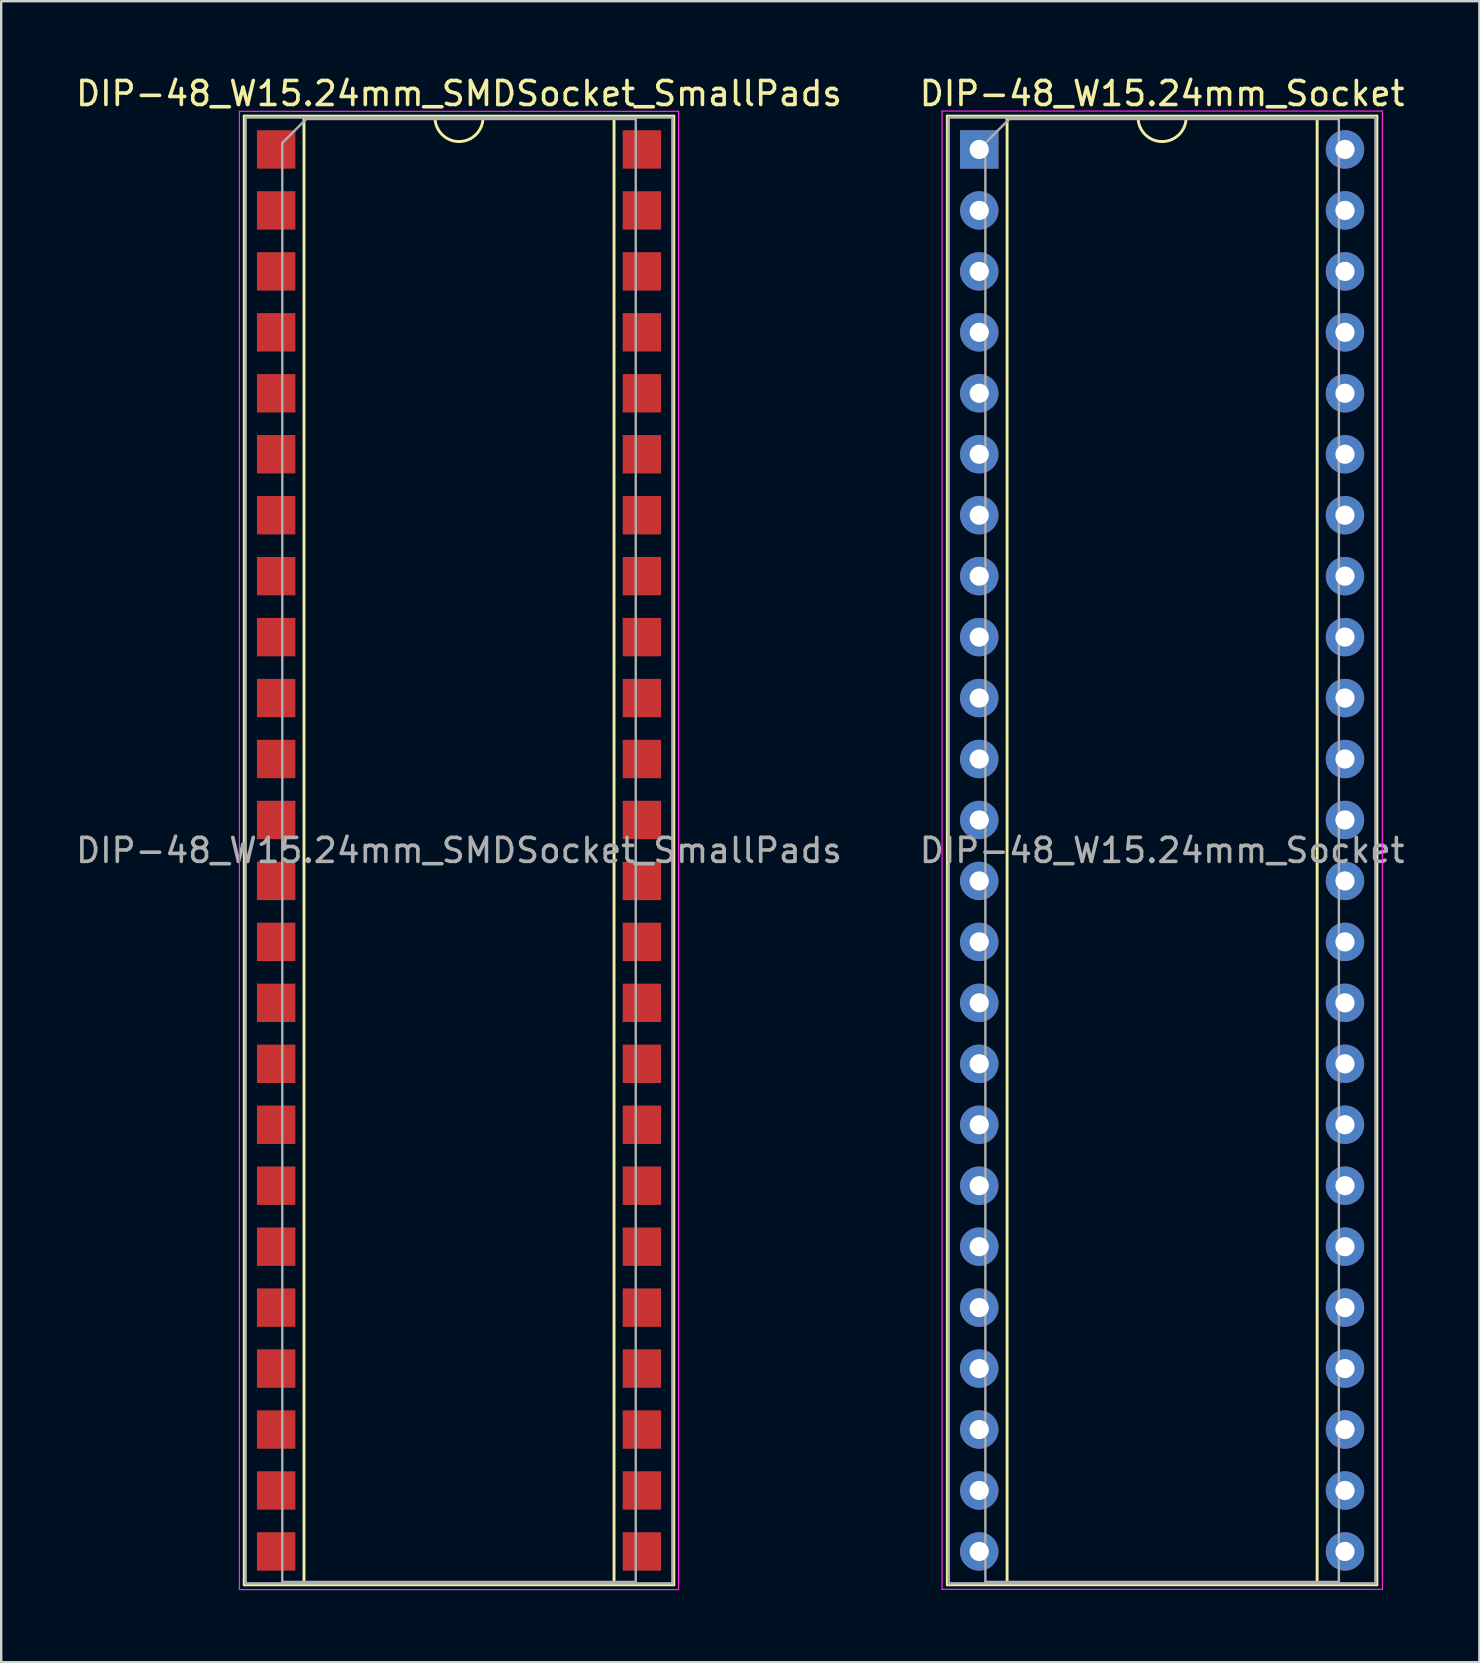
<source format=kicad_pcb>
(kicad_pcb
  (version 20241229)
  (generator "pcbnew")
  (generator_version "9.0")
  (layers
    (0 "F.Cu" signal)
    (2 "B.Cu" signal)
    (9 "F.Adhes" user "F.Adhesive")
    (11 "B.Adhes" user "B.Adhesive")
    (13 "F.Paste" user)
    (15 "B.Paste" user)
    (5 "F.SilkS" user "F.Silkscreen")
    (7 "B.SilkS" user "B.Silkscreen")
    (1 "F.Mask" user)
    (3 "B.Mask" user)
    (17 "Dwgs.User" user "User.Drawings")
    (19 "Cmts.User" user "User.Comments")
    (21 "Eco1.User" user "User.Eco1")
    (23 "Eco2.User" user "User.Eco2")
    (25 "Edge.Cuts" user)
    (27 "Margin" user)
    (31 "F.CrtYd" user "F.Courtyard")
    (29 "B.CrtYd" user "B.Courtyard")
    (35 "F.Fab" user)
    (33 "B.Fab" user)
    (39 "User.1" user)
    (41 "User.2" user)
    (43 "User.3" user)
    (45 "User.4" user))
  (footprint "DIP-48_W15.24mm_Socket"
    (layer "F.Cu")
    (at 37.755 3.178)
    (property "Reference" "DIP-48_W15.24mm_Socket" (at 7.62 -2.33 0) (layer "F.SilkS") (effects (font (size 1 1) (thickness 0.15))))
    (attr through_hole)
    (fp_line (start -1.33 -1.39) (end -1.33 59.81) (stroke (width 0.12) (type solid)) (layer "F.SilkS"))
    (fp_line (start -1.33 59.81) (end 16.57 59.81) (stroke (width 0.12) (type solid)) (layer "F.SilkS"))
    (fp_line (start 1.16 -1.33) (end 1.16 59.75) (stroke (width 0.12) (type solid)) (layer "F.SilkS"))
    (fp_line (start 1.16 59.75) (end 14.08 59.75) (stroke (width 0.12) (type solid)) (layer "F.SilkS"))
    (fp_line (start 6.62 -1.33) (end 1.16 -1.33) (stroke (width 0.12) (type solid)) (layer "F.SilkS"))
    (fp_line (start 14.08 -1.33) (end 8.62 -1.33) (stroke (width 0.12) (type solid)) (layer "F.SilkS"))
    (fp_line (start 14.08 59.75) (end 14.08 -1.33) (stroke (width 0.12) (type solid)) (layer "F.SilkS"))
    (fp_line (start 16.57 -1.39) (end -1.33 -1.39) (stroke (width 0.12) (type solid)) (layer "F.SilkS"))
    (fp_line (start 16.57 59.81) (end 16.57 -1.39) (stroke (width 0.12) (type solid)) (layer "F.SilkS"))
    (fp_arc (start 8.62 -1.33) (mid 7.62 -0.33) (end 6.62 -1.33) (stroke (width 0.12) (type solid)) (layer "F.SilkS"))
    (fp_line (start -1.55 -1.6) (end -1.55 60) (stroke (width 0.05) (type solid)) (layer "F.CrtYd"))
    (fp_line (start -1.55 60) (end 16.8 60) (stroke (width 0.05) (type solid)) (layer "F.CrtYd"))
    (fp_line (start 16.8 -1.6) (end -1.55 -1.6) (stroke (width 0.05) (type solid)) (layer "F.CrtYd"))
    (fp_line (start 16.8 60) (end 16.8 -1.6) (stroke (width 0.05) (type solid)) (layer "F.CrtYd"))
    (fp_line (start -1.27 -1.33) (end -1.27 59.75) (stroke (width 0.1) (type solid)) (layer "F.Fab"))
    (fp_line (start -1.27 59.75) (end 16.51 59.75) (stroke (width 0.1) (type solid)) (layer "F.Fab"))
    (fp_line (start 0.255 -0.27) (end 1.255 -1.27) (stroke (width 0.1) (type solid)) (layer "F.Fab"))
    (fp_line (start 0.255 59.69) (end 0.255 -0.27) (stroke (width 0.1) (type solid)) (layer "F.Fab"))
    (fp_line (start 1.255 -1.27) (end 14.985 -1.27) (stroke (width 0.1) (type solid)) (layer "F.Fab"))
    (fp_line (start 14.985 -1.27) (end 14.985 59.69) (stroke (width 0.1) (type solid)) (layer "F.Fab"))
    (fp_line (start 14.985 59.69) (end 0.255 59.69) (stroke (width 0.1) (type solid)) (layer "F.Fab"))
    (fp_line (start 16.51 -1.33) (end -1.27 -1.33) (stroke (width 0.1) (type solid)) (layer "F.Fab"))
    (fp_line (start 16.51 59.75) (end 16.51 -1.33) (stroke (width 0.1) (type solid)) (layer "F.Fab"))
    (fp_text user "${REFERENCE}" (at 7.62 29.21 0) (layer "F.Fab") (effects (font (size 1 1) (thickness 0.15))))
    (pad "1" thru_hole rect (at 0 0) (size 1.6 1.6) (drill 0.8) (layers "*.Cu" "*.Mask"))
    (pad "2" thru_hole oval (at 0 2.54) (size 1.6 1.6) (drill 0.8) (layers "*.Cu" "*.Mask"))
    (pad "3" thru_hole oval (at 0 5.08) (size 1.6 1.6) (drill 0.8) (layers "*.Cu" "*.Mask"))
    (pad "4" thru_hole oval (at 0 7.62) (size 1.6 1.6) (drill 0.8) (layers "*.Cu" "*.Mask"))
    (pad "5" thru_hole oval (at 0 10.16) (size 1.6 1.6) (drill 0.8) (layers "*.Cu" "*.Mask"))
    (pad "6" thru_hole oval (at 0 12.7) (size 1.6 1.6) (drill 0.8) (layers "*.Cu" "*.Mask"))
    (pad "7" thru_hole oval (at 0 15.24) (size 1.6 1.6) (drill 0.8) (layers "*.Cu" "*.Mask"))
    (pad "8" thru_hole oval (at 0 17.78) (size 1.6 1.6) (drill 0.8) (layers "*.Cu" "*.Mask"))
    (pad "9" thru_hole oval (at 0 20.32) (size 1.6 1.6) (drill 0.8) (layers "*.Cu" "*.Mask"))
    (pad "10" thru_hole oval (at 0 22.86) (size 1.6 1.6) (drill 0.8) (layers "*.Cu" "*.Mask"))
    (pad "11" thru_hole oval (at 0 25.4) (size 1.6 1.6) (drill 0.8) (layers "*.Cu" "*.Mask"))
    (pad "12" thru_hole oval (at 0 27.94) (size 1.6 1.6) (drill 0.8) (layers "*.Cu" "*.Mask"))
    (pad "13" thru_hole oval (at 0 30.48) (size 1.6 1.6) (drill 0.8) (layers "*.Cu" "*.Mask"))
    (pad "14" thru_hole oval (at 0 33.02) (size 1.6 1.6) (drill 0.8) (layers "*.Cu" "*.Mask"))
    (pad "15" thru_hole oval (at 0 35.56) (size 1.6 1.6) (drill 0.8) (layers "*.Cu" "*.Mask"))
    (pad "16" thru_hole oval (at 0 38.1) (size 1.6 1.6) (drill 0.8) (layers "*.Cu" "*.Mask"))
    (pad "17" thru_hole oval (at 0 40.64) (size 1.6 1.6) (drill 0.8) (layers "*.Cu" "*.Mask"))
    (pad "18" thru_hole oval (at 0 43.18) (size 1.6 1.6) (drill 0.8) (layers "*.Cu" "*.Mask"))
    (pad "19" thru_hole oval (at 0 45.72) (size 1.6 1.6) (drill 0.8) (layers "*.Cu" "*.Mask"))
    (pad "20" thru_hole oval (at 0 48.26) (size 1.6 1.6) (drill 0.8) (layers "*.Cu" "*.Mask"))
    (pad "21" thru_hole oval (at 0 50.8) (size 1.6 1.6) (drill 0.8) (layers "*.Cu" "*.Mask"))
    (pad "22" thru_hole oval (at 0 53.34) (size 1.6 1.6) (drill 0.8) (layers "*.Cu" "*.Mask"))
    (pad "23" thru_hole oval (at 0 55.88) (size 1.6 1.6) (drill 0.8) (layers "*.Cu" "*.Mask"))
    (pad "24" thru_hole oval (at 0 58.42) (size 1.6 1.6) (drill 0.8) (layers "*.Cu" "*.Mask"))
    (pad "25" thru_hole oval (at 15.24 58.42) (size 1.6 1.6) (drill 0.8) (layers "*.Cu" "*.Mask"))
    (pad "26" thru_hole oval (at 15.24 55.88) (size 1.6 1.6) (drill 0.8) (layers "*.Cu" "*.Mask"))
    (pad "27" thru_hole oval (at 15.24 53.34) (size 1.6 1.6) (drill 0.8) (layers "*.Cu" "*.Mask"))
    (pad "28" thru_hole oval (at 15.24 50.8) (size 1.6 1.6) (drill 0.8) (layers "*.Cu" "*.Mask"))
    (pad "29" thru_hole oval (at 15.24 48.26) (size 1.6 1.6) (drill 0.8) (layers "*.Cu" "*.Mask"))
    (pad "30" thru_hole oval (at 15.24 45.72) (size 1.6 1.6) (drill 0.8) (layers "*.Cu" "*.Mask"))
    (pad "31" thru_hole oval (at 15.24 43.18) (size 1.6 1.6) (drill 0.8) (layers "*.Cu" "*.Mask"))
    (pad "32" thru_hole oval (at 15.24 40.64) (size 1.6 1.6) (drill 0.8) (layers "*.Cu" "*.Mask"))
    (pad "33" thru_hole oval (at 15.24 38.1) (size 1.6 1.6) (drill 0.8) (layers "*.Cu" "*.Mask"))
    (pad "34" thru_hole oval (at 15.24 35.56) (size 1.6 1.6) (drill 0.8) (layers "*.Cu" "*.Mask"))
    (pad "35" thru_hole oval (at 15.24 33.02) (size 1.6 1.6) (drill 0.8) (layers "*.Cu" "*.Mask"))
    (pad "36" thru_hole oval (at 15.24 30.48) (size 1.6 1.6) (drill 0.8) (layers "*.Cu" "*.Mask"))
    (pad "37" thru_hole oval (at 15.24 27.94) (size 1.6 1.6) (drill 0.8) (layers "*.Cu" "*.Mask"))
    (pad "38" thru_hole oval (at 15.24 25.4) (size 1.6 1.6) (drill 0.8) (layers "*.Cu" "*.Mask"))
    (pad "39" thru_hole oval (at 15.24 22.86) (size 1.6 1.6) (drill 0.8) (layers "*.Cu" "*.Mask"))
    (pad "40" thru_hole oval (at 15.24 20.32) (size 1.6 1.6) (drill 0.8) (layers "*.Cu" "*.Mask"))
    (pad "41" thru_hole oval (at 15.24 17.78) (size 1.6 1.6) (drill 0.8) (layers "*.Cu" "*.Mask"))
    (pad "42" thru_hole oval (at 15.24 15.24) (size 1.6 1.6) (drill 0.8) (layers "*.Cu" "*.Mask"))
    (pad "43" thru_hole oval (at 15.24 12.7) (size 1.6 1.6) (drill 0.8) (layers "*.Cu" "*.Mask"))
    (pad "44" thru_hole oval (at 15.24 10.16) (size 1.6 1.6) (drill 0.8) (layers "*.Cu" "*.Mask"))
    (pad "45" thru_hole oval (at 15.24 7.62) (size 1.6 1.6) (drill 0.8) (layers "*.Cu" "*.Mask"))
    (pad "46" thru_hole oval (at 15.24 5.08) (size 1.6 1.6) (drill 0.8) (layers "*.Cu" "*.Mask"))
    (pad "47" thru_hole oval (at 15.24 2.54) (size 1.6 1.6) (drill 0.8) (layers "*.Cu" "*.Mask"))
    (pad "48" thru_hole oval (at 15.24 0) (size 1.6 1.6) (drill 0.8) (layers "*.Cu" "*.Mask")))
  (footprint "DIP-48_W15.24mm_SMDSocket_SmallPads"
    (layer "F.Cu")
    (at 16.077 32.388)
    (property "Reference" "DIP-48_W15.24mm_SMDSocket_SmallPads" (at 0 -31.54 0) (layer "F.SilkS") (effects (font (size 1 1) (thickness 0.15))))
    (attr smd)
    (fp_line (start -8.95 -30.6) (end -8.95 30.6) (stroke (width 0.12) (type solid)) (layer "F.SilkS"))
    (fp_line (start -8.95 30.6) (end 8.95 30.6) (stroke (width 0.12) (type solid)) (layer "F.SilkS"))
    (fp_line (start -6.46 -30.54) (end -6.46 30.54) (stroke (width 0.12) (type solid)) (layer "F.SilkS"))
    (fp_line (start -6.46 30.54) (end 6.46 30.54) (stroke (width 0.12) (type solid)) (layer "F.SilkS"))
    (fp_line (start -1 -30.54) (end -6.46 -30.54) (stroke (width 0.12) (type solid)) (layer "F.SilkS"))
    (fp_line (start 6.46 -30.54) (end 1 -30.54) (stroke (width 0.12) (type solid)) (layer "F.SilkS"))
    (fp_line (start 6.46 30.54) (end 6.46 -30.54) (stroke (width 0.12) (type solid)) (layer "F.SilkS"))
    (fp_line (start 8.95 -30.6) (end -8.95 -30.6) (stroke (width 0.12) (type solid)) (layer "F.SilkS"))
    (fp_line (start 8.95 30.6) (end 8.95 -30.6) (stroke (width 0.12) (type solid)) (layer "F.SilkS"))
    (fp_arc (start 1 -30.54) (mid 0 -29.54) (end -1 -30.54) (stroke (width 0.12) (type solid)) (layer "F.SilkS"))
    (fp_line (start -9.15 -30.8) (end -9.15 30.8) (stroke (width 0.05) (type solid)) (layer "F.CrtYd"))
    (fp_line (start -9.15 30.8) (end 9.15 30.8) (stroke (width 0.05) (type solid)) (layer "F.CrtYd"))
    (fp_line (start 9.15 -30.8) (end -9.15 -30.8) (stroke (width 0.05) (type solid)) (layer "F.CrtYd"))
    (fp_line (start 9.15 30.8) (end 9.15 -30.8) (stroke (width 0.05) (type solid)) (layer "F.CrtYd"))
    (fp_line (start -8.89 -30.54) (end -8.89 30.54) (stroke (width 0.1) (type solid)) (layer "F.Fab"))
    (fp_line (start -8.89 30.54) (end 8.89 30.54) (stroke (width 0.1) (type solid)) (layer "F.Fab"))
    (fp_line (start -7.365 -29.48) (end -6.365 -30.48) (stroke (width 0.1) (type solid)) (layer "F.Fab"))
    (fp_line (start -7.365 30.48) (end -7.365 -29.48) (stroke (width 0.1) (type solid)) (layer "F.Fab"))
    (fp_line (start -6.365 -30.48) (end 7.365 -30.48) (stroke (width 0.1) (type solid)) (layer "F.Fab"))
    (fp_line (start 7.365 -30.48) (end 7.365 30.48) (stroke (width 0.1) (type solid)) (layer "F.Fab"))
    (fp_line (start 7.365 30.48) (end -7.365 30.48) (stroke (width 0.1) (type solid)) (layer "F.Fab"))
    (fp_line (start 8.89 -30.54) (end -8.89 -30.54) (stroke (width 0.1) (type solid)) (layer "F.Fab"))
    (fp_line (start 8.89 30.54) (end 8.89 -30.54) (stroke (width 0.1) (type solid)) (layer "F.Fab"))
    (fp_text user "${REFERENCE}" (at 0 0 0) (layer "F.Fab") (effects (font (size 1 1) (thickness 0.15))))
    (pad "1" smd rect (at -7.62 -29.21) (size 1.6 1.6) (layers "F.Cu" "F.Mask" "F.Paste"))
    (pad "2" smd rect (at -7.62 -26.67) (size 1.6 1.6) (layers "F.Cu" "F.Mask" "F.Paste"))
    (pad "3" smd rect (at -7.62 -24.13) (size 1.6 1.6) (layers "F.Cu" "F.Mask" "F.Paste"))
    (pad "4" smd rect (at -7.62 -21.59) (size 1.6 1.6) (layers "F.Cu" "F.Mask" "F.Paste"))
    (pad "5" smd rect (at -7.62 -19.05) (size 1.6 1.6) (layers "F.Cu" "F.Mask" "F.Paste"))
    (pad "6" smd rect (at -7.62 -16.51) (size 1.6 1.6) (layers "F.Cu" "F.Mask" "F.Paste"))
    (pad "7" smd rect (at -7.62 -13.97) (size 1.6 1.6) (layers "F.Cu" "F.Mask" "F.Paste"))
    (pad "8" smd rect (at -7.62 -11.43) (size 1.6 1.6) (layers "F.Cu" "F.Mask" "F.Paste"))
    (pad "9" smd rect (at -7.62 -8.89) (size 1.6 1.6) (layers "F.Cu" "F.Mask" "F.Paste"))
    (pad "10" smd rect (at -7.62 -6.35) (size 1.6 1.6) (layers "F.Cu" "F.Mask" "F.Paste"))
    (pad "11" smd rect (at -7.62 -3.81) (size 1.6 1.6) (layers "F.Cu" "F.Mask" "F.Paste"))
    (pad "12" smd rect (at -7.62 -1.27) (size 1.6 1.6) (layers "F.Cu" "F.Mask" "F.Paste"))
    (pad "13" smd rect (at -7.62 1.27) (size 1.6 1.6) (layers "F.Cu" "F.Mask" "F.Paste"))
    (pad "14" smd rect (at -7.62 3.81) (size 1.6 1.6) (layers "F.Cu" "F.Mask" "F.Paste"))
    (pad "15" smd rect (at -7.62 6.35) (size 1.6 1.6) (layers "F.Cu" "F.Mask" "F.Paste"))
    (pad "16" smd rect (at -7.62 8.89) (size 1.6 1.6) (layers "F.Cu" "F.Mask" "F.Paste"))
    (pad "17" smd rect (at -7.62 11.43) (size 1.6 1.6) (layers "F.Cu" "F.Mask" "F.Paste"))
    (pad "18" smd rect (at -7.62 13.97) (size 1.6 1.6) (layers "F.Cu" "F.Mask" "F.Paste"))
    (pad "19" smd rect (at -7.62 16.51) (size 1.6 1.6) (layers "F.Cu" "F.Mask" "F.Paste"))
    (pad "20" smd rect (at -7.62 19.05) (size 1.6 1.6) (layers "F.Cu" "F.Mask" "F.Paste"))
    (pad "21" smd rect (at -7.62 21.59) (size 1.6 1.6) (layers "F.Cu" "F.Mask" "F.Paste"))
    (pad "22" smd rect (at -7.62 24.13) (size 1.6 1.6) (layers "F.Cu" "F.Mask" "F.Paste"))
    (pad "23" smd rect (at -7.62 26.67) (size 1.6 1.6) (layers "F.Cu" "F.Mask" "F.Paste"))
    (pad "24" smd rect (at -7.62 29.21) (size 1.6 1.6) (layers "F.Cu" "F.Mask" "F.Paste"))
    (pad "25" smd rect (at 7.62 29.21) (size 1.6 1.6) (layers "F.Cu" "F.Mask" "F.Paste"))
    (pad "26" smd rect (at 7.62 26.67) (size 1.6 1.6) (layers "F.Cu" "F.Mask" "F.Paste"))
    (pad "27" smd rect (at 7.62 24.13) (size 1.6 1.6) (layers "F.Cu" "F.Mask" "F.Paste"))
    (pad "28" smd rect (at 7.62 21.59) (size 1.6 1.6) (layers "F.Cu" "F.Mask" "F.Paste"))
    (pad "29" smd rect (at 7.62 19.05) (size 1.6 1.6) (layers "F.Cu" "F.Mask" "F.Paste"))
    (pad "30" smd rect (at 7.62 16.51) (size 1.6 1.6) (layers "F.Cu" "F.Mask" "F.Paste"))
    (pad "31" smd rect (at 7.62 13.97) (size 1.6 1.6) (layers "F.Cu" "F.Mask" "F.Paste"))
    (pad "32" smd rect (at 7.62 11.43) (size 1.6 1.6) (layers "F.Cu" "F.Mask" "F.Paste"))
    (pad "33" smd rect (at 7.62 8.89) (size 1.6 1.6) (layers "F.Cu" "F.Mask" "F.Paste"))
    (pad "34" smd rect (at 7.62 6.35) (size 1.6 1.6) (layers "F.Cu" "F.Mask" "F.Paste"))
    (pad "35" smd rect (at 7.62 3.81) (size 1.6 1.6) (layers "F.Cu" "F.Mask" "F.Paste"))
    (pad "36" smd rect (at 7.62 1.27) (size 1.6 1.6) (layers "F.Cu" "F.Mask" "F.Paste"))
    (pad "37" smd rect (at 7.62 -1.27) (size 1.6 1.6) (layers "F.Cu" "F.Mask" "F.Paste"))
    (pad "38" smd rect (at 7.62 -3.81) (size 1.6 1.6) (layers "F.Cu" "F.Mask" "F.Paste"))
    (pad "39" smd rect (at 7.62 -6.35) (size 1.6 1.6) (layers "F.Cu" "F.Mask" "F.Paste"))
    (pad "40" smd rect (at 7.62 -8.89) (size 1.6 1.6) (layers "F.Cu" "F.Mask" "F.Paste"))
    (pad "41" smd rect (at 7.62 -11.43) (size 1.6 1.6) (layers "F.Cu" "F.Mask" "F.Paste"))
    (pad "42" smd rect (at 7.62 -13.97) (size 1.6 1.6) (layers "F.Cu" "F.Mask" "F.Paste"))
    (pad "43" smd rect (at 7.62 -16.51) (size 1.6 1.6) (layers "F.Cu" "F.Mask" "F.Paste"))
    (pad "44" smd rect (at 7.62 -19.05) (size 1.6 1.6) (layers "F.Cu" "F.Mask" "F.Paste"))
    (pad "45" smd rect (at 7.62 -21.59) (size 1.6 1.6) (layers "F.Cu" "F.Mask" "F.Paste"))
    (pad "46" smd rect (at 7.62 -24.13) (size 1.6 1.6) (layers "F.Cu" "F.Mask" "F.Paste"))
    (pad "47" smd rect (at 7.62 -26.67) (size 1.6 1.6) (layers "F.Cu" "F.Mask" "F.Paste"))
    (pad "48" smd rect (at 7.62 -29.21) (size 1.6 1.6) (layers "F.Cu" "F.Mask" "F.Paste")))
  (gr_rect
    (start -3 -3)
    (end 58.595 66.213)
    (stroke (width 0.1) (type default))
    (fill no)
    (layer "Edge.Cuts")))
</source>
